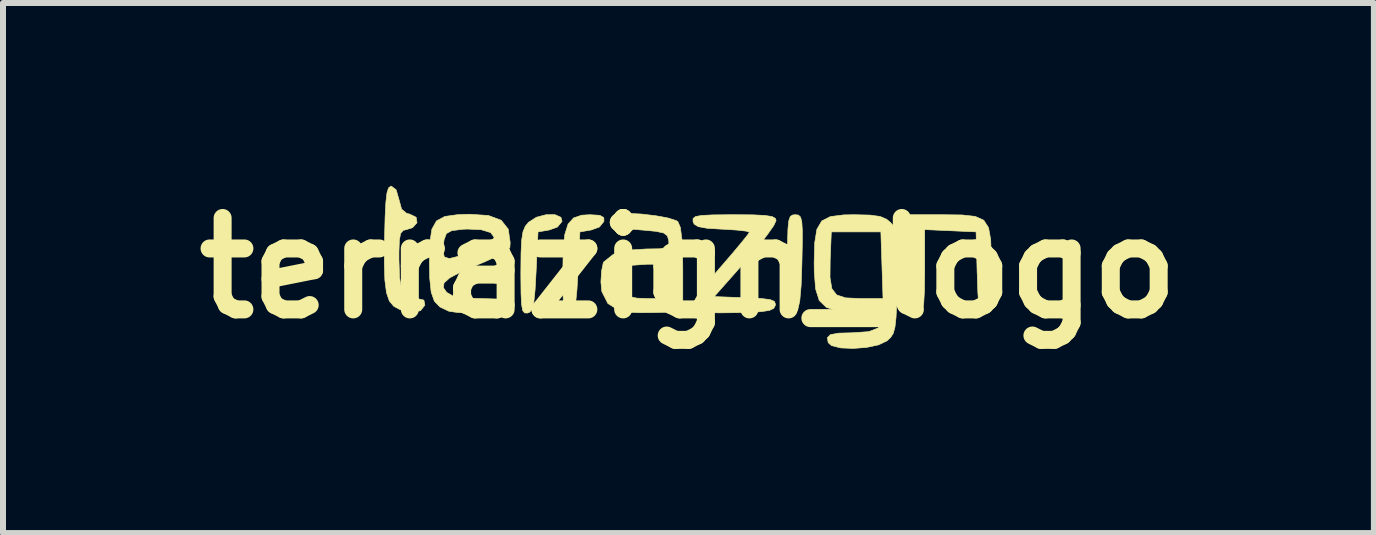
<source format=kicad_pcb>
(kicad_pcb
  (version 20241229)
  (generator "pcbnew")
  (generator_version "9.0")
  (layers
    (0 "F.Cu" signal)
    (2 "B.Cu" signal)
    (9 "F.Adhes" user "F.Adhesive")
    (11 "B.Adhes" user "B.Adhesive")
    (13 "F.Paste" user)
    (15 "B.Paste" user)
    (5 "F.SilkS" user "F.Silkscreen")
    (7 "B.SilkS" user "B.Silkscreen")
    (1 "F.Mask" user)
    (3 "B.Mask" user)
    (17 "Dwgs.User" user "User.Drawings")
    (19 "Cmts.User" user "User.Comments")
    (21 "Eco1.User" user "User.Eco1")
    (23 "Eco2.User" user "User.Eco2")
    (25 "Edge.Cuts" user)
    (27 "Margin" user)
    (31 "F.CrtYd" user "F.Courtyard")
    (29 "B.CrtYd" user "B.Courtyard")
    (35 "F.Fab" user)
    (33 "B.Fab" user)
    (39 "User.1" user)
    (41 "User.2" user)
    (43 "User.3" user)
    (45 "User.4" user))
  (footprint "terrazign_logo"
    (layer "F.Cu")
    (at 8.426 1.418)
    (property "Reference" "terrazign_logo" (at 0 0 0) (layer "F.SilkS") (effects (font (size 1.524 1.524) (thickness 0.3))))
    (attr through_hole)
    (fp_poly (pts (xy 1.833 -0.883) (xy 1.868 -0.85) (xy 1.889 -0.771) (xy 1.898 -0.625) (xy 1.897 -0.391) (xy 1.891 -0.085) (xy 1.878 0.291) (xy 1.855 0.55) (xy 1.82 0.703) (xy 1.771 0.759) (xy 1.705 0.731) (xy 1.695 0.721) (xy 1.678 0.644) (xy 1.664 0.466) (xy 1.655 0.213) (xy 1.651 -0.088) (xy 1.651 -0.106) (xy 1.652 -0.433) (xy 1.658 -0.653) (xy 1.672 -0.788) (xy 1.697 -0.859) (xy 1.737 -0.885) (xy 1.78 -0.889) (xy 1.833 -0.883)) (stroke (width 0.01) (type solid)) (fill yes) (layer "F.SilkS"))
    (fp_poly (pts (xy -1.478 -0.879) (xy -1.411 -0.84) (xy -1.409 -0.778) (xy -1.485 -0.684) (xy -1.62 -0.635) (xy -1.81 -0.602) (xy -1.841 0.063) (xy -1.859 0.366) (xy -1.879 0.564) (xy -1.907 0.68) (xy -1.946 0.735) (xy -1.984 0.75) (xy -2.033 0.748) (xy -2.066 0.706) (xy -2.084 0.603) (xy -2.093 0.417) (xy -2.095 0.129) (xy -2.095 0.082) (xy -2.088 -0.292) (xy -2.062 -0.558) (xy -2.007 -0.733) (xy -1.916 -0.835) (xy -1.781 -0.881) (xy -1.643 -0.889) (xy -1.478 -0.879)) (stroke (width 0.01) (type solid)) (fill yes) (layer "F.SilkS"))
    (fp_poly (pts (xy -2.126 -0.846) (xy -2.107 -0.778) (xy -2.184 -0.684) (xy -2.319 -0.635) (xy -2.508 -0.602) (xy -2.54 0.063) (xy -2.557 0.366) (xy -2.577 0.564) (xy -2.605 0.68) (xy -2.645 0.735) (xy -2.683 0.75) (xy -2.732 0.748) (xy -2.764 0.707) (xy -2.782 0.605) (xy -2.791 0.421) (xy -2.794 0.135) (xy -2.794 0.068) (xy -2.791 -0.248) (xy -2.781 -0.463) (xy -2.759 -0.603) (xy -2.721 -0.695) (xy -2.667 -0.762) (xy -2.535 -0.847) (xy -2.375 -0.889) (xy -2.226 -0.89) (xy -2.126 -0.846)) (stroke (width 0.01) (type solid)) (fill yes) (layer "F.SilkS"))
    (fp_poly (pts (xy -4.873 -1.305) (xy -4.826 -1.143) (xy -4.782 -0.982) (xy -4.695 -0.91) (xy -4.648 -0.9) (xy -4.539 -0.846) (xy -4.525 -0.756) (xy -4.598 -0.674) (xy -4.684 -0.646) (xy -4.756 -0.627) (xy -4.798 -0.577) (xy -4.819 -0.468) (xy -4.826 -0.273) (xy -4.826 -0.135) (xy -4.816 0.162) (xy -4.78 0.355) (xy -4.707 0.462) (xy -4.589 0.505) (xy -4.523 0.508) (xy -4.41 0.535) (xy -4.394 0.619) (xy -4.468 0.712) (xy -4.623 0.735) (xy -4.808 0.693) (xy -4.912 0.638) (xy -4.986 0.55) (xy -5.034 0.41) (xy -5.061 0.2) (xy -5.07 -0.101) (xy -5.066 -0.491) (xy -5.057 -0.847) (xy -5.044 -1.095) (xy -5.026 -1.251) (xy -5 -1.335) (xy -4.963 -1.364) (xy -4.953 -1.365) (xy -4.873 -1.305)) (stroke (width 0.01) (type solid)) (fill yes) (layer "F.SilkS"))
    (fp_poly (pts (xy 4.559 -0.885) (xy 4.78 -0.861) (xy 4.922 -0.797) (xy 5.002 -0.673) (xy 5.038 -0.471) (xy 5.048 -0.17) (xy 5.048 0.009) (xy 5.046 0.324) (xy 5.037 0.534) (xy 5.019 0.66) (xy 4.988 0.725) (xy 4.941 0.749) (xy 4.939 0.749) (xy 4.891 0.746) (xy 4.858 0.699) (xy 4.836 0.589) (xy 4.823 0.393) (xy 4.813 0.092) (xy 4.812 0.084) (xy 4.794 -0.603) (xy 4.366 -0.622) (xy 3.937 -0.641) (xy 3.937 0.061) (xy 3.933 0.382) (xy 3.921 0.594) (xy 3.899 0.715) (xy 3.864 0.76) (xy 3.852 0.762) (xy 3.744 0.734) (xy 3.725 0.72) (xy 3.709 0.643) (xy 3.696 0.466) (xy 3.687 0.213) (xy 3.683 -0.088) (xy 3.683 -0.106) (xy 3.683 -0.889) (xy 4.242 -0.889) (xy 4.559 -0.885)) (stroke (width 0.01) (type solid)) (fill yes) (layer "F.SilkS"))
    (fp_poly (pts (xy 1.069 -0.887) (xy 1.275 -0.877) (xy 1.395 -0.858) (xy 1.45 -0.826) (xy 1.46 -0.79) (xy 1.42 -0.706) (xy 1.311 -0.551) (xy 1.149 -0.346) (xy 0.95 -0.113) (xy 0.945 -0.107) (xy 0.429 0.476) (xy 0.949 0.495) (xy 1.207 0.507) (xy 1.361 0.526) (xy 1.434 0.557) (xy 1.45 0.605) (xy 1.448 0.622) (xy 1.421 0.672) (xy 1.35 0.706) (xy 1.211 0.727) (xy 0.981 0.739) (xy 0.786 0.744) (xy 0.512 0.747) (xy 0.289 0.741) (xy 0.143 0.729) (xy 0.104 0.718) (xy 0.07 0.656) (xy 0.086 0.569) (xy 0.16 0.441) (xy 0.303 0.256) (xy 0.524 -0.003) (xy 0.54 -0.021) (xy 0.729 -0.24) (xy 0.882 -0.423) (xy 0.983 -0.549) (xy 1.016 -0.598) (xy 0.958 -0.616) (xy 0.804 -0.633) (xy 0.587 -0.647) (xy 0.556 -0.648) (xy 0.311 -0.663) (xy 0.165 -0.689) (xy 0.095 -0.732) (xy 0.075 -0.778) (xy 0.077 -0.827) (xy 0.119 -0.859) (xy 0.221 -0.877) (xy 0.405 -0.886) (xy 0.69 -0.889) (xy 0.757 -0.889) (xy 1.069 -0.887)) (stroke (width 0.01) (type solid)) (fill yes) (layer "F.SilkS"))
    (fp_poly (pts (xy -0.781 -0.9) (xy -0.546 -0.872) (xy -0.339 -0.834) (xy -0.202 -0.79) (xy -0.177 -0.774) (xy -0.135 -0.676) (xy -0.109 -0.475) (xy -0.097 -0.161) (xy -0.095 0.019) (xy -0.095 0.73) (xy -0.572 0.742) (xy -0.816 0.744) (xy -1.018 0.736) (xy -1.137 0.72) (xy -1.143 0.718) (xy -1.343 0.591) (xy -1.444 0.392) (xy -1.46 0.228) (xy -1.459 0.222) (xy -1.206 0.222) (xy -1.174 0.37) (xy -1.063 0.46) (xy -0.858 0.502) (xy -0.686 0.508) (xy -0.318 0.508) (xy -0.318 -0.064) (xy -0.686 -0.064) (xy -0.955 -0.045) (xy -1.119 0.015) (xy -1.196 0.128) (xy -1.206 0.222) (xy -1.459 0.222) (xy -1.448 0.047) (xy -1.421 -0.083) (xy -1.412 -0.102) (xy -1.251 -0.23) (xy -0.977 -0.301) (xy -0.698 -0.318) (xy -0.485 -0.321) (xy -0.37 -0.338) (xy -0.327 -0.379) (xy -0.328 -0.456) (xy -0.329 -0.46) (xy -0.352 -0.537) (xy -0.413 -0.584) (xy -0.541 -0.612) (xy -0.765 -0.633) (xy -0.793 -0.635) (xy -1.039 -0.659) (xy -1.182 -0.693) (xy -1.247 -0.744) (xy -1.257 -0.773) (xy -1.223 -0.872) (xy -1.165 -0.9) (xy -1.001 -0.911) (xy -0.781 -0.9)) (stroke (width 0.01) (type solid)) (fill yes) (layer "F.SilkS"))
    (fp_poly (pts (xy 3.025 -0.883) (xy 3.194 -0.86) (xy 3.305 -0.812) (xy 3.37 -0.757) (xy 3.423 -0.695) (xy 3.459 -0.62) (xy 3.48 -0.507) (xy 3.489 -0.335) (xy 3.488 -0.079) (xy 3.481 0.233) (xy 3.472 0.58) (xy 3.46 0.823) (xy 3.442 0.984) (xy 3.414 1.088) (xy 3.371 1.156) (xy 3.311 1.212) (xy 3.17 1.28) (xy 2.968 1.323) (xy 2.744 1.34) (xy 2.536 1.331) (xy 2.384 1.293) (xy 2.329 1.244) (xy 2.315 1.159) (xy 2.368 1.109) (xy 2.508 1.085) (xy 2.733 1.079) (xy 3.006 1.06) (xy 3.158 1.001) (xy 3.173 0.986) (xy 3.232 0.879) (xy 3.192 0.806) (xy 3.044 0.761) (xy 2.78 0.739) (xy 2.768 0.739) (xy 2.488 0.716) (xy 2.298 0.656) (xy 2.18 0.541) (xy 2.119 0.348) (xy 2.104 0.154) (xy 2.359 0.154) (xy 2.389 0.342) (xy 2.471 0.449) (xy 2.62 0.497) (xy 2.856 0.508) (xy 2.868 0.508) (xy 3.243 0.508) (xy 3.207 -0.603) (xy 2.381 -0.603) (xy 2.362 -0.137) (xy 2.359 0.154) (xy 2.104 0.154) (xy 2.097 0.058) (xy 2.095 -0.088) (xy 2.104 -0.42) (xy 2.14 -0.645) (xy 2.222 -0.785) (xy 2.365 -0.858) (xy 2.588 -0.886) (xy 2.766 -0.889) (xy 3.025 -0.883)) (stroke (width 0.01) (type solid)) (fill yes) (layer "F.SilkS"))
    (fp_poly (pts (xy -3.335 -0.876) (xy -3.121 -0.796) (xy -3.004 -0.648) (xy -2.972 -0.425) (xy -2.977 -0.341) (xy -3.036 -0.286) (xy -3.185 -0.201) (xy -3.398 -0.103) (xy -3.49 -0.065) (xy -3.79 0.063) (xy -3.981 0.164) (xy -4.075 0.249) (xy -4.085 0.328) (xy -4.03 0.406) (xy -3.927 0.465) (xy -3.75 0.498) (xy -3.474 0.508) (xy -3.463 0.508) (xy -3.197 0.516) (xy -3.038 0.542) (xy -2.968 0.589) (xy -2.964 0.597) (xy -2.955 0.699) (xy -2.968 0.724) (xy -3.047 0.743) (xy -3.215 0.753) (xy -3.431 0.756) (xy -3.658 0.752) (xy -3.856 0.74) (xy -3.987 0.721) (xy -4 0.717) (xy -4.143 0.649) (xy -4.236 0.552) (xy -4.289 0.401) (xy -4.313 0.17) (xy -4.318 -0.095) (xy -4.314 -0.28) (xy -4.093 -0.28) (xy -4.069 -0.184) (xy -3.987 -0.158) (xy -3.83 -0.197) (xy -3.581 -0.299) (xy -3.519 -0.327) (xy -3.355 -0.411) (xy -3.254 -0.486) (xy -3.239 -0.513) (xy -3.297 -0.591) (xy -3.455 -0.639) (xy -3.688 -0.65) (xy -3.77 -0.646) (xy -3.947 -0.623) (xy -4.035 -0.575) (xy -4.072 -0.478) (xy -4.077 -0.449) (xy -4.093 -0.28) (xy -4.314 -0.28) (xy -4.311 -0.425) (xy -4.277 -0.648) (xy -4.2 -0.786) (xy -4.062 -0.86) (xy -3.847 -0.89) (xy -3.654 -0.897) (xy -3.335 -0.876)) (stroke (width 0.01) (type solid)) (fill yes) (layer "F.SilkS")))
  (gr_rect
    (start -3 -3)
    (end 19.851 5.836)
    (stroke (width 0.1) (type default))
    (fill no)
    (layer "Edge.Cuts")))
</source>
